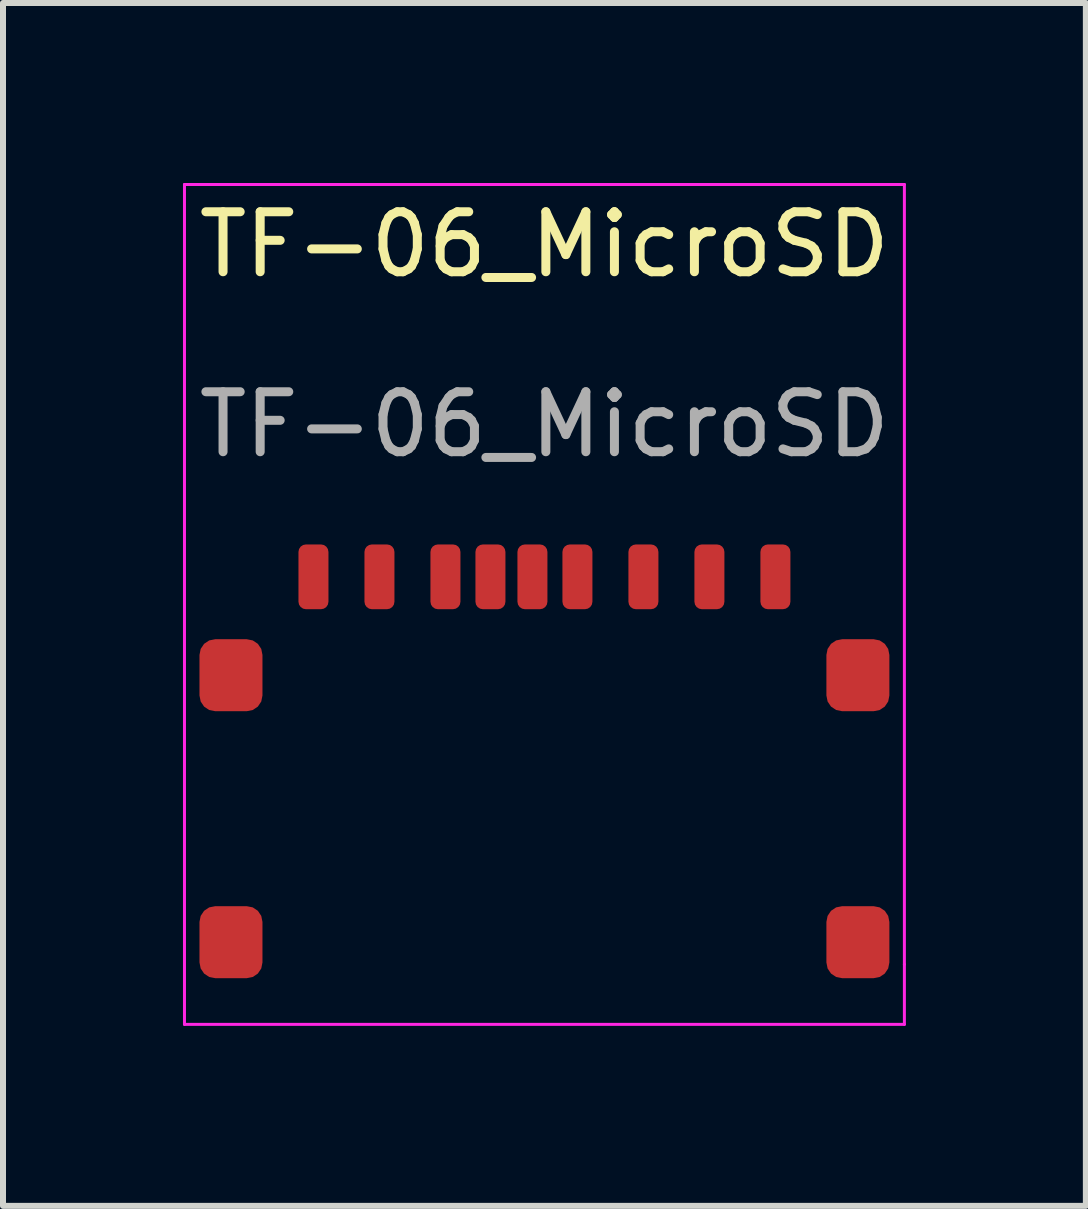
<source format=kicad_pcb>
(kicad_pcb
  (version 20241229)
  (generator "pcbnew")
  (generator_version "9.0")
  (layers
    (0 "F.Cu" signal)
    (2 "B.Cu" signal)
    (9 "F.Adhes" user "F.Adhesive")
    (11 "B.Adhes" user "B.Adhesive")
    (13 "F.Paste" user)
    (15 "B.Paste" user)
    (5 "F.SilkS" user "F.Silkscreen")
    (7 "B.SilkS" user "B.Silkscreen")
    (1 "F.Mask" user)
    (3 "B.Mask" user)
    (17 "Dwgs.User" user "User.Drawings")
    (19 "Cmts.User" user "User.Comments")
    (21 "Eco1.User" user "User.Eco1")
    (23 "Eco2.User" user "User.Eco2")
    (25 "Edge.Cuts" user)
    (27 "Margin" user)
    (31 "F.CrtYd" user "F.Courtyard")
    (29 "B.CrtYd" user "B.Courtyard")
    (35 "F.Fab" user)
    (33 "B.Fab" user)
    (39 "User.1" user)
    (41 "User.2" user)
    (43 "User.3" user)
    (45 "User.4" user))
  (footprint "TF-06_MicroSD"
    (layer "F.Cu")
    (at 6.025 6.025)
    (property "Reference" "TF-06_MicroSD" (at 0 -5 0) (unlocked yes) (layer "F.SilkS") (effects (font (size 1 1) (thickness 0.15))))
    (attr smd)
    (fp_line (start -6 -6) (end -6 8) (stroke (width 0.05) (type solid)) (layer "F.CrtYd"))
    (fp_line (start -6 8) (end 6 8) (stroke (width 0.05) (type solid)) (layer "F.CrtYd"))
    (fp_line (start 6 -6) (end -6 -6) (stroke (width 0.05) (type solid)) (layer "F.CrtYd"))
    (fp_line (start 6 7) (end 6 -6) (stroke (width 0.05) (type solid)) (layer "F.CrtYd"))
    (fp_line (start 6 8) (end 6 7) (stroke (width 0.05) (type solid)) (layer "F.CrtYd"))
    (fp_text user "${REFERENCE}" (at 0 -2 0) (unlocked yes) (layer "F.Fab") (effects (font (size 1 1) (thickness 0.15))))
    (pad "1" smd roundrect (at -3.85 0.54) (size 0.5 1.08) (layers "F.Cu" "F.Mask" "F.Paste") (roundrect_rratio 0.25))
    (pad "2" smd roundrect (at -2.75 0.54) (size 0.5 1.08) (layers "F.Cu" "F.Mask" "F.Paste") (roundrect_rratio 0.25))
    (pad "3" smd roundrect (at -1.65 0.54) (size 0.5 1.08) (layers "F.Cu" "F.Mask" "F.Paste") (roundrect_rratio 0.25))
    (pad "4" smd roundrect (at -0.9 0.54) (size 0.5 1.08) (layers "F.Cu" "F.Mask" "F.Paste") (roundrect_rratio 0.25))
    (pad "5" smd roundrect (at -0.2 0.54) (size 0.5 1.08) (layers "F.Cu" "F.Mask" "F.Paste") (roundrect_rratio 0.25))
    (pad "6" smd roundrect (at 0.55 0.54) (size 0.5 1.08) (layers "F.Cu" "F.Mask" "F.Paste") (roundrect_rratio 0.25))
    (pad "7" smd roundrect (at 1.65 0.54) (size 0.5 1.08) (layers "F.Cu" "F.Mask" "F.Paste") (roundrect_rratio 0.25))
    (pad "8" smd roundrect (at 2.75 0.54) (size 0.5 1.08) (layers "F.Cu" "F.Mask" "F.Paste") (roundrect_rratio 0.25))
    (pad "9" smd roundrect (at 3.85 0.54) (size 0.5 1.08) (layers "F.Cu" "F.Mask" "F.Paste") (roundrect_rratio 0.25))
    (pad "10" smd roundrect (at -5.225 2.18) (size 1.05 1.2) (layers "F.Cu" "F.Mask" "F.Paste") (roundrect_rratio 0.25))
    (pad "10" smd roundrect (at -5.225 6.63) (size 1.05 1.2) (layers "F.Cu" "F.Mask" "F.Paste") (roundrect_rratio 0.25))
    (pad "10" smd roundrect (at 5.225 2.18) (size 1.05 1.2) (layers "F.Cu" "F.Mask" "F.Paste") (roundrect_rratio 0.25))
    (pad "10" smd roundrect (at 5.225 6.63) (size 1.05 1.2) (layers "F.Cu" "F.Mask" "F.Paste") (roundrect_rratio 0.25)))
  (gr_rect
    (start -3 -3)
    (end 15.05 17.05)
    (stroke (width 0.1) (type default))
    (fill no)
    (layer "Edge.Cuts")))
</source>
